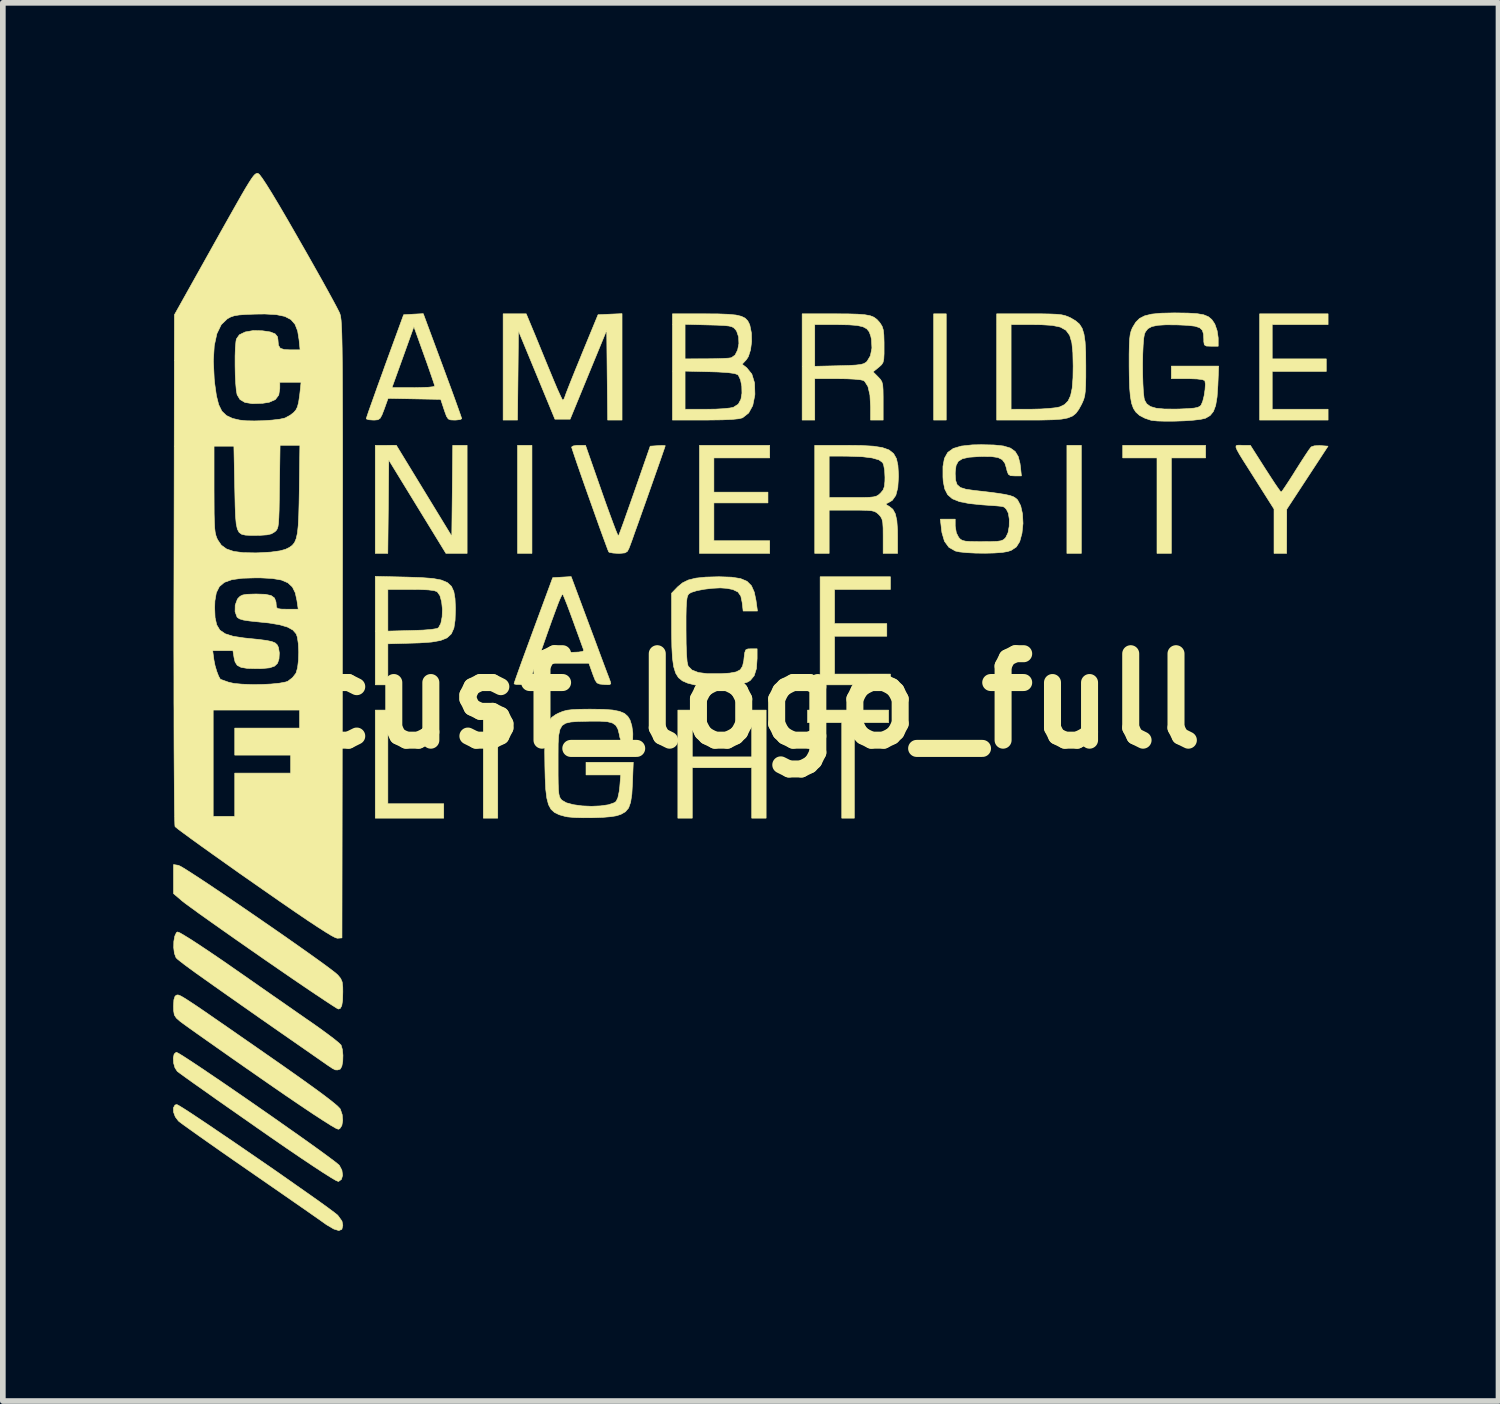
<source format=kicad_pcb>
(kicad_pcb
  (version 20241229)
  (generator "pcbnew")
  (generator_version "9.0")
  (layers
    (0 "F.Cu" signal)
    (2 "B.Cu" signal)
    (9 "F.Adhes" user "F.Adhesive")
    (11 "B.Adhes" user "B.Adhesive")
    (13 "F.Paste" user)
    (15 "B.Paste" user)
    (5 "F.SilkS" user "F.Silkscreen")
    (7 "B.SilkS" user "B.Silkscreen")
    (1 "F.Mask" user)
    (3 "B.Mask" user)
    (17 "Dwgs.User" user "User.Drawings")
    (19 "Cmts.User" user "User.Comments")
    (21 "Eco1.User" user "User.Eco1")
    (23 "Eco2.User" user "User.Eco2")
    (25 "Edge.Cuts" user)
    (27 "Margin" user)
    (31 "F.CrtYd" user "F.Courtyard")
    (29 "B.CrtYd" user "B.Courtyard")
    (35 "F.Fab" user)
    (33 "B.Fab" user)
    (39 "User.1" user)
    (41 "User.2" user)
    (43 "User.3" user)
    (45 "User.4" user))
  (footprint "cusf_logo_full"
    (layer "F.Cu")
    (at 10.169 9.308)
    (property "Reference" "cusf_logo_full" (at 0 0 0) (layer "F.SilkS") (effects (font (size 1.524 1.524) (thickness 0.3))))
    (attr through_hole)
    (fp_poly (pts (xy -4.445 2.064) (xy -4.699 2.064) (xy -4.699 0.159) (xy -4.445 0.159) (xy -4.445 2.064)) (stroke (width 0.01) (type solid)) (fill yes) (layer "F.SilkS"))
    (fp_poly (pts (xy -3.842 -2.603) (xy -4.096 -2.603) (xy -4.096 -4.508) (xy -3.842 -4.508) (xy -3.842 -2.603)) (stroke (width 0.01) (type solid)) (fill yes) (layer "F.SilkS"))
    (fp_poly (pts (xy 3.461 -4.953) (xy 3.239 -4.953) (xy 3.239 -6.826) (xy 3.461 -6.826) (xy 3.461 -4.953)) (stroke (width 0.01) (type solid)) (fill yes) (layer "F.SilkS"))
    (fp_poly (pts (xy 5.842 -2.603) (xy 5.588 -2.603) (xy 5.588 -4.508) (xy 5.842 -4.508) (xy 5.842 -2.603)) (stroke (width 0.01) (type solid)) (fill yes) (layer "F.SilkS"))
    (fp_poly (pts (xy -6.382 1.81) (xy -5.397 1.81) (xy -5.397 2.064) (xy -6.604 2.064) (xy -6.604 0.159) (xy -6.382 0.159) (xy -6.382 1.81)) (stroke (width 0.01) (type solid)) (fill yes) (layer "F.SilkS"))
    (fp_poly (pts (xy 2.445 0.381) (xy 1.841 0.381) (xy 1.841 2.064) (xy 1.619 2.064) (xy 1.619 0.381) (xy 1.016 0.381) (xy 1.016 0.159) (xy 2.445 0.159) (xy 2.445 0.381)) (stroke (width 0.01) (type solid)) (fill yes) (layer "F.SilkS"))
    (fp_poly (pts (xy 8.033 -4.286) (xy 7.429 -4.286) (xy 7.429 -2.603) (xy 7.176 -2.603) (xy 7.176 -4.286) (xy 6.572 -4.286) (xy 6.572 -4.508) (xy 8.033 -4.508) (xy 8.033 -4.286)) (stroke (width 0.01) (type solid)) (fill yes) (layer "F.SilkS"))
    (fp_poly (pts (xy -1.016 0.984) (xy 0.032 0.984) (xy 0.032 0.159) (xy 0.286 0.159) (xy 0.286 2.064) (xy 0.032 2.064) (xy 0.032 1.175) (xy -1.016 1.175) (xy -1.016 2.064) (xy -1.27 2.064) (xy -1.27 0.159) (xy -1.016 0.159) (xy -1.016 0.984)) (stroke (width 0.01) (type solid)) (fill yes) (layer "F.SilkS"))
    (fp_poly (pts (xy 0.349 -4.286) (xy -0.635 -4.286) (xy -0.635 -3.683) (xy 0.318 -3.683) (xy 0.318 -3.493) (xy -0.635 -3.493) (xy -0.635 -2.826) (xy 0.349 -2.826) (xy 0.349 -2.603) (xy -0.889 -2.603) (xy -0.889 -4.508) (xy 0.349 -4.508) (xy 0.349 -4.286)) (stroke (width 0.01) (type solid)) (fill yes) (layer "F.SilkS"))
    (fp_poly (pts (xy 2.477 -1.968) (xy 1.492 -1.968) (xy 1.492 -1.365) (xy 2.413 -1.365) (xy 2.413 -1.143) (xy 1.492 -1.143) (xy 1.492 -0.476) (xy 2.477 -0.476) (xy 2.477 -0.286) (xy 1.238 -0.286) (xy 1.238 -2.191) (xy 2.477 -2.191) (xy 2.477 -1.968)) (stroke (width 0.01) (type solid)) (fill yes) (layer "F.SilkS"))
    (fp_poly (pts (xy 10.192 -6.636) (xy 9.207 -6.636) (xy 9.207 -6.032) (xy 10.16 -6.032) (xy 10.16 -5.81) (xy 9.207 -5.81) (xy 9.207 -5.144) (xy 10.192 -5.144) (xy 10.192 -4.953) (xy 8.985 -4.953) (xy 8.985 -6.826) (xy 10.192 -6.826) (xy 10.192 -6.636)) (stroke (width 0.01) (type solid)) (fill yes) (layer "F.SilkS"))
    (fp_poly (pts (xy -5.744 -3.707) (xy -5.255 -2.905) (xy -5.246 -3.707) (xy -5.238 -4.508) (xy -4.985 -4.508) (xy -4.985 -2.603) (xy -5.358 -2.603) (xy -5.862 -3.426) (xy -6.366 -4.249) (xy -6.374 -3.426) (xy -6.383 -2.603) (xy -6.604 -2.603) (xy -6.604 -4.508) (xy -6.418 -4.508) (xy -6.233 -4.509) (xy -5.744 -3.707)) (stroke (width 0.01) (type solid)) (fill yes) (layer "F.SilkS"))
    (fp_poly (pts (xy -2.254 -4.953) (xy -2.507 -4.953) (xy -2.516 -5.745) (xy -2.524 -6.538) (xy -2.847 -5.753) (xy -3.169 -4.969) (xy -3.437 -4.969) (xy -3.758 -5.747) (xy -4.08 -6.525) (xy -4.088 -5.739) (xy -4.097 -4.953) (xy -4.35 -4.953) (xy -4.35 -6.826) (xy -3.943 -6.826) (xy -3.834 -6.564) (xy -3.783 -6.442) (xy -3.716 -6.278) (xy -3.639 -6.09) (xy -3.56 -5.897) (xy -3.521 -5.803) (xy -3.453 -5.639) (xy -3.393 -5.497) (xy -3.343 -5.388) (xy -3.31 -5.32) (xy -3.298 -5.303) (xy -3.275 -5.329) (xy -3.258 -5.374) (xy -3.241 -5.423) (xy -3.203 -5.521) (xy -3.148 -5.66) (xy -3.08 -5.829) (xy -3.002 -6.019) (xy -2.958 -6.128) (xy -2.677 -6.81) (xy -2.465 -6.82) (xy -2.254 -6.829) (xy -2.254 -4.953)) (stroke (width 0.01) (type solid)) (fill yes) (layer "F.SilkS"))
    (fp_poly (pts (xy 8.675 -4.509) (xy 8.68 -4.508) (xy 8.822 -4.508) (xy 9.084 -4.096) (xy 9.176 -3.954) (xy 9.255 -3.833) (xy 9.318 -3.742) (xy 9.356 -3.691) (xy 9.364 -3.684) (xy 9.387 -3.709) (xy 9.435 -3.779) (xy 9.505 -3.885) (xy 9.588 -4.015) (xy 9.62 -4.067) (xy 9.709 -4.207) (xy 9.788 -4.329) (xy 9.85 -4.422) (xy 9.889 -4.474) (xy 9.896 -4.481) (xy 9.949 -4.499) (xy 10.036 -4.504) (xy 10.062 -4.503) (xy 10.191 -4.493) (xy 9.827 -3.937) (xy 9.463 -3.381) (xy 9.462 -2.992) (xy 9.461 -2.603) (xy 9.239 -2.603) (xy 9.239 -3.385) (xy 8.919 -3.891) (xy 8.793 -4.09) (xy 8.697 -4.241) (xy 8.629 -4.351) (xy 8.587 -4.427) (xy 8.568 -4.474) (xy 8.57 -4.499) (xy 8.59 -4.509) (xy 8.626 -4.51) (xy 8.675 -4.509)) (stroke (width 0.01) (type solid)) (fill yes) (layer "F.SilkS"))
    (fp_poly (pts (xy -6.04 -2.185) (xy -5.786 -2.176) (xy -5.587 -2.161) (xy -5.439 -2.133) (xy -5.332 -2.088) (xy -5.261 -2.022) (xy -5.219 -1.93) (xy -5.198 -1.806) (xy -5.191 -1.647) (xy -5.191 -1.603) (xy -5.197 -1.424) (xy -5.218 -1.286) (xy -5.263 -1.185) (xy -5.339 -1.114) (xy -5.453 -1.068) (xy -5.613 -1.04) (xy -5.826 -1.025) (xy -5.929 -1.022) (xy -6.382 -1.009) (xy -6.382 -0.286) (xy -6.604 -0.286) (xy -6.604 -1.968) (xy -6.382 -1.968) (xy -6.382 -1.233) (xy -5.955 -1.244) (xy -5.759 -1.251) (xy -5.613 -1.263) (xy -5.52 -1.278) (xy -5.49 -1.291) (xy -5.448 -1.369) (xy -5.425 -1.485) (xy -5.42 -1.618) (xy -5.434 -1.75) (xy -5.464 -1.859) (xy -5.512 -1.927) (xy -5.567 -1.947) (xy -5.67 -1.96) (xy -5.828 -1.967) (xy -5.975 -1.968) (xy -6.382 -1.968) (xy -6.604 -1.968) (xy -6.604 -2.198) (xy -6.04 -2.185)) (stroke (width 0.01) (type solid)) (fill yes) (layer "F.SilkS"))
    (fp_poly (pts (xy -10.073 6.209) (xy -9.991 6.259) (xy -9.868 6.339) (xy -9.712 6.442) (xy -9.527 6.567) (xy -9.32 6.707) (xy -9.097 6.86) (xy -8.863 7.021) (xy -8.624 7.187) (xy -8.387 7.352) (xy -8.157 7.514) (xy -7.939 7.667) (xy -7.741 7.808) (xy -7.567 7.933) (xy -7.424 8.038) (xy -7.317 8.118) (xy -7.253 8.17) (xy -7.237 8.185) (xy -7.192 8.271) (xy -7.18 8.36) (xy -7.2 8.431) (xy -7.249 8.467) (xy -7.255 8.468) (xy -7.295 8.452) (xy -7.384 8.4) (xy -7.519 8.315) (xy -7.696 8.199) (xy -7.913 8.054) (xy -8.166 7.882) (xy -8.453 7.684) (xy -8.673 7.531) (xy -8.936 7.347) (xy -9.185 7.173) (xy -9.414 7.013) (xy -9.618 6.868) (xy -9.793 6.745) (xy -9.933 6.645) (xy -10.032 6.573) (xy -10.087 6.533) (xy -10.094 6.527) (xy -10.135 6.464) (xy -10.159 6.38) (xy -10.164 6.292) (xy -10.149 6.223) (xy -10.114 6.192) (xy -10.11 6.191) (xy -10.073 6.209)) (stroke (width 0.01) (type solid)) (fill yes) (layer "F.SilkS"))
    (fp_poly (pts (xy -10.073 2.896) (xy -10.031 2.916) (xy -9.943 2.969) (xy -9.815 3.051) (xy -9.654 3.156) (xy -9.465 3.282) (xy -9.255 3.423) (xy -9.03 3.576) (xy -8.795 3.737) (xy -8.557 3.901) (xy -8.321 4.064) (xy -8.095 4.222) (xy -7.883 4.371) (xy -7.693 4.506) (xy -7.529 4.624) (xy -7.399 4.72) (xy -7.307 4.791) (xy -7.263 4.83) (xy -7.214 4.89) (xy -7.187 4.953) (xy -7.177 5.042) (xy -7.176 5.126) (xy -7.18 5.276) (xy -7.195 5.371) (xy -7.222 5.419) (xy -7.253 5.429) (xy -7.286 5.412) (xy -7.366 5.361) (xy -7.488 5.281) (xy -7.646 5.176) (xy -7.836 5.048) (xy -8.052 4.901) (xy -8.289 4.738) (xy -8.542 4.564) (xy -8.575 4.541) (xy -8.835 4.36) (xy -9.083 4.187) (xy -9.315 4.024) (xy -9.523 3.877) (xy -9.702 3.75) (xy -9.846 3.645) (xy -9.95 3.569) (xy -10.008 3.524) (xy -10.009 3.523) (xy -10.16 3.394) (xy -10.16 2.882) (xy -10.073 2.896)) (stroke (width 0.01) (type solid)) (fill yes) (layer "F.SilkS"))
    (fp_poly (pts (xy -10.067 7.13) (xy -9.985 7.18) (xy -9.864 7.258) (xy -9.709 7.361) (xy -9.525 7.484) (xy -9.319 7.624) (xy -9.096 7.775) (xy -8.863 7.935) (xy -8.626 8.098) (xy -8.389 8.261) (xy -8.16 8.421) (xy -7.945 8.572) (xy -7.748 8.71) (xy -7.576 8.832) (xy -7.435 8.934) (xy -7.332 9.011) (xy -7.27 9.06) (xy -7.264 9.066) (xy -7.191 9.167) (xy -7.176 9.242) (xy -7.193 9.312) (xy -7.246 9.334) (xy -7.336 9.306) (xy -7.465 9.23) (xy -7.51 9.198) (xy -7.577 9.15) (xy -7.689 9.072) (xy -7.84 8.966) (xy -8.025 8.838) (xy -8.235 8.692) (xy -8.465 8.533) (xy -8.708 8.365) (xy -8.842 8.272) (xy -9.085 8.104) (xy -9.315 7.944) (xy -9.524 7.797) (xy -9.709 7.667) (xy -9.862 7.558) (xy -9.978 7.475) (xy -10.052 7.42) (xy -10.073 7.403) (xy -10.129 7.329) (xy -10.16 7.245) (xy -10.162 7.17) (xy -10.134 7.121) (xy -10.102 7.112) (xy -10.067 7.13)) (stroke (width 0.01) (type solid)) (fill yes) (layer "F.SilkS"))
    (fp_poly (pts (xy -10.067 5.184) (xy -10.038 5.196) (xy -9.996 5.219) (xy -9.937 5.255) (xy -9.856 5.308) (xy -9.749 5.379) (xy -9.612 5.472) (xy -9.442 5.59) (xy -9.233 5.734) (xy -8.983 5.908) (xy -8.686 6.114) (xy -8.534 6.22) (xy -8.201 6.452) (xy -7.919 6.651) (xy -7.688 6.817) (xy -7.504 6.952) (xy -7.368 7.057) (xy -7.276 7.133) (xy -7.228 7.182) (xy -7.221 7.191) (xy -7.187 7.29) (xy -7.178 7.393) (xy -7.193 7.482) (xy -7.23 7.538) (xy -7.255 7.548) (xy -7.296 7.532) (xy -7.386 7.48) (xy -7.522 7.394) (xy -7.702 7.277) (xy -7.923 7.129) (xy -8.182 6.953) (xy -8.476 6.75) (xy -8.62 6.65) (xy -8.88 6.469) (xy -9.128 6.296) (xy -9.357 6.135) (xy -9.563 5.99) (xy -9.739 5.866) (xy -9.881 5.765) (xy -9.982 5.692) (xy -10.038 5.651) (xy -10.041 5.649) (xy -10.11 5.588) (xy -10.146 5.533) (xy -10.158 5.459) (xy -10.16 5.379) (xy -10.154 5.266) (xy -10.134 5.205) (xy -10.112 5.186) (xy -10.099 5.182) (xy -10.085 5.18) (xy -10.067 5.184)) (stroke (width 0.01) (type solid)) (fill yes) (layer "F.SilkS"))
    (fp_poly (pts (xy -10.05 4.085) (xy -9.966 4.134) (xy -9.84 4.212) (xy -9.681 4.316) (xy -9.493 4.442) (xy -9.281 4.586) (xy -9.153 4.675) (xy -8.913 4.842) (xy -8.664 5.016) (xy -8.416 5.189) (xy -8.181 5.352) (xy -7.972 5.498) (xy -7.799 5.618) (xy -7.755 5.648) (xy -7.594 5.761) (xy -7.45 5.866) (xy -7.332 5.955) (xy -7.249 6.023) (xy -7.209 6.062) (xy -7.207 6.064) (xy -7.184 6.141) (xy -7.174 6.243) (xy -7.177 6.348) (xy -7.193 6.436) (xy -7.22 6.486) (xy -7.226 6.489) (xy -7.27 6.503) (xy -7.308 6.501) (xy -7.36 6.475) (xy -7.442 6.42) (xy -7.461 6.407) (xy -7.903 6.099) (xy -8.296 5.826) (xy -8.642 5.585) (xy -8.943 5.374) (xy -9.203 5.192) (xy -9.424 5.036) (xy -9.609 4.905) (xy -9.761 4.797) (xy -9.882 4.709) (xy -9.975 4.64) (xy -10.042 4.588) (xy -10.087 4.552) (xy -10.112 4.528) (xy -10.117 4.521) (xy -10.145 4.446) (xy -10.157 4.346) (xy -10.155 4.238) (xy -10.138 4.144) (xy -10.11 4.083) (xy -10.09 4.07) (xy -10.05 4.085)) (stroke (width 0.01) (type solid)) (fill yes) (layer "F.SilkS"))
    (fp_poly (pts (xy -5.419 -5.915) (xy -5.335 -5.687) (xy -5.258 -5.479) (xy -5.192 -5.297) (xy -5.139 -5.149) (xy -5.101 -5.042) (xy -5.082 -4.985) (xy -5.08 -4.977) (xy -5.108 -4.962) (xy -5.178 -4.954) (xy -5.204 -4.953) (xy -5.274 -4.956) (xy -5.317 -4.973) (xy -5.348 -5.019) (xy -5.381 -5.109) (xy -5.39 -5.136) (xy -5.45 -5.318) (xy -6.378 -5.336) (xy -6.447 -5.144) (xy -6.487 -5.041) (xy -6.519 -4.984) (xy -6.557 -4.959) (xy -6.615 -4.953) (xy -6.64 -4.953) (xy -6.718 -4.959) (xy -6.76 -4.973) (xy -6.763 -4.978) (xy -6.752 -5.013) (xy -6.723 -5.1) (xy -6.676 -5.232) (xy -6.616 -5.4) (xy -6.572 -5.524) (xy -6.31 -5.524) (xy -5.933 -5.524) (xy -5.787 -5.527) (xy -5.667 -5.532) (xy -5.586 -5.541) (xy -5.556 -5.551) (xy -5.556 -5.551) (xy -5.566 -5.589) (xy -5.595 -5.676) (xy -5.638 -5.801) (xy -5.692 -5.956) (xy -5.74 -6.089) (xy -5.923 -6.6) (xy -6.116 -6.062) (xy -6.31 -5.524) (xy -6.572 -5.524) (xy -6.545 -5.599) (xy -6.465 -5.819) (xy -6.434 -5.907) (xy -6.104 -6.81) (xy -5.931 -6.82) (xy -5.758 -6.829) (xy -5.419 -5.915)) (stroke (width 0.01) (type solid)) (fill yes) (layer "F.SilkS"))
    (fp_poly (pts (xy -2.616 -3.702) (xy -2.541 -3.489) (xy -2.472 -3.299) (xy -2.413 -3.139) (xy -2.366 -3.015) (xy -2.333 -2.936) (xy -2.319 -2.91) (xy -2.318 -2.91) (xy -2.304 -2.943) (xy -2.272 -3.028) (xy -2.225 -3.156) (xy -2.167 -3.321) (xy -2.099 -3.513) (xy -2.03 -3.709) (xy -1.757 -4.493) (xy -1.625 -4.502) (xy -1.543 -4.506) (xy -1.497 -4.503) (xy -1.492 -4.501) (xy -1.502 -4.469) (xy -1.531 -4.386) (xy -1.574 -4.261) (xy -1.629 -4.104) (xy -1.693 -3.922) (xy -1.762 -3.726) (xy -1.833 -3.524) (xy -1.904 -3.325) (xy -1.97 -3.138) (xy -2.03 -2.972) (xy -2.078 -2.835) (xy -2.114 -2.738) (xy -2.132 -2.691) (xy -2.16 -2.638) (xy -2.203 -2.612) (xy -2.281 -2.604) (xy -2.32 -2.603) (xy -2.412 -2.609) (xy -2.476 -2.621) (xy -2.489 -2.63) (xy -2.505 -2.668) (xy -2.538 -2.757) (xy -2.586 -2.887) (xy -2.645 -3.049) (xy -2.711 -3.234) (xy -2.782 -3.434) (xy -2.855 -3.639) (xy -2.926 -3.84) (xy -2.992 -4.029) (xy -3.05 -4.196) (xy -3.096 -4.332) (xy -3.128 -4.428) (xy -3.143 -4.475) (xy -3.143 -4.478) (xy -3.115 -4.497) (xy -3.045 -4.508) (xy -3.021 -4.508) (xy -2.898 -4.508) (xy -2.616 -3.702)) (stroke (width 0.01) (type solid)) (fill yes) (layer "F.SilkS"))
    (fp_poly (pts (xy 5.139 -6.826) (xy 5.295 -6.823) (xy 5.409 -6.818) (xy 5.492 -6.809) (xy 5.555 -6.795) (xy 5.609 -6.775) (xy 5.653 -6.755) (xy 5.741 -6.703) (xy 5.809 -6.645) (xy 5.857 -6.569) (xy 5.889 -6.467) (xy 5.909 -6.33) (xy 5.919 -6.149) (xy 5.921 -5.914) (xy 5.921 -5.905) (xy 5.921 -5.709) (xy 5.918 -5.565) (xy 5.912 -5.46) (xy 5.902 -5.382) (xy 5.885 -5.319) (xy 5.86 -5.26) (xy 5.842 -5.223) (xy 5.795 -5.138) (xy 5.746 -5.072) (xy 5.686 -5.024) (xy 5.604 -4.991) (xy 5.494 -4.97) (xy 5.345 -4.959) (xy 5.149 -4.954) (xy 4.945 -4.953) (xy 4.35 -4.953) (xy 4.35 -5.144) (xy 4.604 -5.144) (xy 4.977 -5.145) (xy 5.136 -5.149) (xy 5.283 -5.159) (xy 5.399 -5.172) (xy 5.461 -5.185) (xy 5.546 -5.226) (xy 5.609 -5.29) (xy 5.653 -5.384) (xy 5.681 -5.516) (xy 5.695 -5.696) (xy 5.698 -5.905) (xy 5.693 -6.139) (xy 5.675 -6.317) (xy 5.637 -6.447) (xy 5.572 -6.536) (xy 5.473 -6.592) (xy 5.331 -6.622) (xy 5.14 -6.634) (xy 4.993 -6.636) (xy 4.604 -6.636) (xy 4.604 -5.144) (xy 4.35 -5.144) (xy 4.35 -6.826) (xy 4.93 -6.826) (xy 5.139 -6.826)) (stroke (width 0.01) (type solid)) (fill yes) (layer "F.SilkS"))
    (fp_poly (pts (xy 1.965 -4.505) (xy 2.176 -4.493) (xy 2.336 -4.468) (xy 2.453 -4.426) (xy 2.533 -4.362) (xy 2.583 -4.274) (xy 2.609 -4.156) (xy 2.618 -4.006) (xy 2.619 -3.951) (xy 2.607 -3.762) (xy 2.572 -3.626) (xy 2.51 -3.538) (xy 2.441 -3.497) (xy 2.4 -3.478) (xy 2.409 -3.458) (xy 2.457 -3.431) (xy 2.52 -3.38) (xy 2.563 -3.301) (xy 2.59 -3.183) (xy 2.602 -3.017) (xy 2.603 -2.9) (xy 2.603 -2.603) (xy 2.349 -2.603) (xy 2.349 -2.907) (xy 2.348 -3.05) (xy 2.342 -3.145) (xy 2.328 -3.207) (xy 2.304 -3.252) (xy 2.272 -3.288) (xy 2.236 -3.32) (xy 2.197 -3.342) (xy 2.143 -3.355) (xy 2.06 -3.362) (xy 1.937 -3.365) (xy 1.795 -3.365) (xy 1.397 -3.365) (xy 1.397 -2.603) (xy 1.143 -2.603) (xy 1.143 -3.588) (xy 1.397 -3.588) (xy 1.811 -3.588) (xy 1.981 -3.588) (xy 2.1 -3.591) (xy 2.179 -3.599) (xy 2.232 -3.613) (xy 2.269 -3.635) (xy 2.303 -3.666) (xy 2.348 -3.72) (xy 2.371 -3.783) (xy 2.38 -3.877) (xy 2.381 -3.945) (xy 2.375 -4.068) (xy 2.357 -4.164) (xy 2.34 -4.204) (xy 2.274 -4.252) (xy 2.154 -4.286) (xy 1.977 -4.308) (xy 1.741 -4.316) (xy 1.707 -4.317) (xy 1.397 -4.318) (xy 1.397 -3.588) (xy 1.143 -3.588) (xy 1.143 -4.508) (xy 1.698 -4.508) (xy 1.965 -4.505)) (stroke (width 0.01) (type solid)) (fill yes) (layer "F.SilkS"))
    (fp_poly (pts (xy -2.816 -1.295) (xy -2.731 -1.068) (xy -2.653 -0.857) (xy -2.584 -0.672) (xy -2.527 -0.52) (xy -2.485 -0.41) (xy -2.462 -0.348) (xy -2.459 -0.339) (xy -2.452 -0.304) (xy -2.478 -0.289) (xy -2.551 -0.29) (xy -2.572 -0.292) (xy -2.648 -0.3) (xy -2.695 -0.32) (xy -2.728 -0.368) (xy -2.763 -0.457) (xy -2.773 -0.484) (xy -2.838 -0.667) (xy -3.773 -0.667) (xy -3.834 -0.484) (xy -3.869 -0.383) (xy -3.9 -0.328) (xy -3.942 -0.303) (xy -4.009 -0.293) (xy -4.027 -0.292) (xy -4.108 -0.291) (xy -4.153 -0.301) (xy -4.157 -0.308) (xy -4.146 -0.343) (xy -4.116 -0.43) (xy -4.069 -0.562) (xy -4.008 -0.731) (xy -3.947 -0.897) (xy -3.676 -0.897) (xy -3.667 -0.879) (xy -3.62 -0.868) (xy -3.528 -0.861) (xy -3.384 -0.858) (xy -3.302 -0.857) (xy -3.132 -0.859) (xy -3.019 -0.864) (xy -2.953 -0.874) (xy -2.929 -0.888) (xy -2.929 -0.897) (xy -2.945 -0.939) (xy -2.978 -1.03) (xy -3.024 -1.158) (xy -3.08 -1.311) (xy -3.111 -1.397) (xy -3.17 -1.558) (xy -3.222 -1.697) (xy -3.265 -1.804) (xy -3.292 -1.869) (xy -3.299 -1.881) (xy -3.312 -1.872) (xy -3.337 -1.824) (xy -3.375 -1.734) (xy -3.426 -1.598) (xy -3.494 -1.413) (xy -3.579 -1.174) (xy -3.676 -0.897) (xy -3.947 -0.897) (xy -3.935 -0.93) (xy -3.854 -1.151) (xy -3.816 -1.254) (xy -3.476 -2.175) (xy -3.151 -2.194) (xy -2.816 -1.295)) (stroke (width 0.01) (type solid)) (fill yes) (layer "F.SilkS"))
    (fp_poly (pts (xy 1.5 -6.826) (xy 1.726 -6.825) (xy 1.898 -6.82) (xy 2.026 -6.81) (xy 2.119 -6.793) (xy 2.186 -6.766) (xy 2.238 -6.728) (xy 2.284 -6.677) (xy 2.299 -6.657) (xy 2.331 -6.605) (xy 2.351 -6.542) (xy 2.361 -6.454) (xy 2.365 -6.323) (xy 2.365 -6.264) (xy 2.365 -6.123) (xy 2.36 -6.03) (xy 2.347 -5.971) (xy 2.323 -5.931) (xy 2.283 -5.894) (xy 2.268 -5.882) (xy 2.171 -5.803) (xy 2.26 -5.714) (xy 2.3 -5.671) (xy 2.326 -5.629) (xy 2.341 -5.573) (xy 2.347 -5.489) (xy 2.349 -5.362) (xy 2.349 -5.289) (xy 2.349 -4.953) (xy 2.127 -4.953) (xy 2.127 -5.186) (xy 2.116 -5.394) (xy 2.081 -5.544) (xy 2.024 -5.635) (xy 1.999 -5.652) (xy 1.946 -5.664) (xy 1.844 -5.674) (xy 1.707 -5.681) (xy 1.55 -5.683) (xy 1.542 -5.683) (xy 1.143 -5.683) (xy 1.143 -4.953) (xy 0.921 -4.953) (xy 0.921 -6.636) (xy 1.143 -6.636) (xy 1.143 -5.901) (xy 1.571 -5.911) (xy 1.746 -5.916) (xy 1.87 -5.923) (xy 1.953 -5.933) (xy 2.008 -5.948) (xy 2.045 -5.97) (xy 2.065 -5.988) (xy 2.124 -6.087) (xy 2.151 -6.223) (xy 2.143 -6.375) (xy 2.13 -6.435) (xy 2.103 -6.509) (xy 2.06 -6.562) (xy 1.993 -6.598) (xy 1.892 -6.621) (xy 1.748 -6.632) (xy 1.551 -6.636) (xy 1.519 -6.636) (xy 1.143 -6.636) (xy 0.921 -6.636) (xy 0.921 -6.826) (xy 1.5 -6.826)) (stroke (width 0.01) (type solid)) (fill yes) (layer "F.SilkS"))
    (fp_poly (pts (xy -0.569 -6.825) (xy -0.385 -6.818) (xy -0.248 -6.805) (xy -0.15 -6.782) (xy -0.083 -6.749) (xy -0.038 -6.702) (xy -0.007 -6.641) (xy 0.000022 -6.62) (xy 0.027 -6.485) (xy 0.03 -6.335) (xy 0.011 -6.19) (xy -0.027 -6.072) (xy -0.062 -6.018) (xy -0.137 -5.938) (xy -0.055 -5.874) (xy 0.034 -5.764) (xy 0.082 -5.608) (xy 0.088 -5.41) (xy 0.086 -5.388) (xy 0.05 -5.209) (xy -0.022 -5.078) (xy -0.13 -4.993) (xy -0.193 -4.977) (xy -0.311 -4.965) (xy -0.486 -4.957) (xy -0.72 -4.954) (xy -0.786 -4.953) (xy -1.365 -4.953) (xy -1.365 -5.144) (xy -1.143 -5.144) (xy -0.767 -5.144) (xy -0.608 -5.146) (xy -0.464 -5.154) (xy -0.352 -5.166) (xy -0.292 -5.178) (xy -0.205 -5.233) (xy -0.158 -5.32) (xy -0.14 -5.427) (xy -0.143 -5.548) (xy -0.165 -5.661) (xy -0.202 -5.74) (xy -0.215 -5.754) (xy -0.271 -5.774) (xy -0.388 -5.79) (xy -0.565 -5.801) (xy -0.703 -5.805) (xy -1.143 -5.816) (xy -1.143 -5.144) (xy -1.365 -5.144) (xy -1.365 -6.032) (xy -1.143 -6.032) (xy -0.77 -6.033) (xy -0.616 -6.035) (xy -0.48 -6.039) (xy -0.378 -6.045) (xy -0.327 -6.052) (xy -0.261 -6.1) (xy -0.216 -6.189) (xy -0.194 -6.301) (xy -0.199 -6.418) (xy -0.233 -6.519) (xy -0.251 -6.545) (xy -0.28 -6.576) (xy -0.315 -6.597) (xy -0.368 -6.611) (xy -0.45 -6.62) (xy -0.575 -6.626) (xy -0.727 -6.63) (xy -1.143 -6.641) (xy -1.143 -6.032) (xy -1.365 -6.032) (xy -1.365 -6.826) (xy -0.809 -6.826) (xy -0.569 -6.825)) (stroke (width 0.01) (type solid)) (fill yes) (layer "F.SilkS"))
    (fp_poly (pts (xy -0.324 -2.184) (xy -0.165 -2.159) (xy -0.051 -2.111) (xy 0.027 -2.033) (xy 0.077 -1.92) (xy 0.109 -1.765) (xy 0.11 -1.754) (xy 0.133 -1.587) (xy -0.119 -1.587) (xy -0.136 -1.736) (xy -0.16 -1.85) (xy -0.21 -1.922) (xy -0.3 -1.966) (xy -0.405 -1.987) (xy -0.522 -1.995) (xy -0.662 -1.988) (xy -0.805 -1.971) (xy -0.936 -1.946) (xy -1.034 -1.915) (xy -1.076 -1.89) (xy -1.094 -1.863) (xy -1.108 -1.819) (xy -1.117 -1.748) (xy -1.123 -1.642) (xy -1.126 -1.492) (xy -1.126 -1.288) (xy -1.126 -1.261) (xy -1.124 -1.012) (xy -1.117 -0.825) (xy -1.107 -0.696) (xy -1.091 -0.623) (xy -1.087 -0.614) (xy -1.021 -0.547) (xy -0.908 -0.503) (xy -0.745 -0.482) (xy -0.527 -0.482) (xy -0.52 -0.482) (xy -0.355 -0.493) (xy -0.242 -0.514) (xy -0.17 -0.552) (xy -0.13 -0.614) (xy -0.108 -0.709) (xy -0.103 -0.76) (xy -0.091 -0.854) (xy -0.073 -0.902) (xy -0.036 -0.919) (xy 0.02 -0.921) (xy 0.127 -0.921) (xy 0.127 -0.751) (xy 0.115 -0.573) (xy 0.075 -0.446) (xy 0.005 -0.362) (xy -0.053 -0.329) (xy -0.141 -0.306) (xy -0.275 -0.288) (xy -0.436 -0.275) (xy -0.608 -0.268) (xy -0.772 -0.268) (xy -0.91 -0.276) (xy -0.98 -0.286) (xy -1.097 -0.316) (xy -1.189 -0.356) (xy -1.259 -0.412) (xy -1.309 -0.493) (xy -1.344 -0.606) (xy -1.365 -0.758) (xy -1.376 -0.958) (xy -1.38 -1.211) (xy -1.38 -1.276) (xy -1.381 -1.901) (xy -1.273 -2.013) (xy -1.189 -2.083) (xy -1.086 -2.134) (xy -0.953 -2.167) (xy -0.78 -2.185) (xy -0.557 -2.191) (xy -0.537 -2.191) (xy -0.324 -2.184)) (stroke (width 0.01) (type solid)) (fill yes) (layer "F.SilkS"))
    (fp_poly (pts (xy -2.588 0.146) (xy -2.42 0.158) (xy -2.298 0.182) (xy -2.211 0.218) (xy -2.152 0.271) (xy -2.114 0.332) (xy -2.082 0.433) (xy -2.065 0.553) (xy -2.064 0.584) (xy -2.066 0.673) (xy -2.081 0.716) (xy -2.122 0.729) (xy -2.17 0.73) (xy -2.234 0.726) (xy -2.27 0.702) (xy -2.292 0.642) (xy -2.304 0.58) (xy -2.327 0.492) (xy -2.363 0.429) (xy -2.421 0.388) (xy -2.51 0.364) (xy -2.642 0.355) (xy -2.826 0.355) (xy -2.865 0.356) (xy -3.03 0.36) (xy -3.156 0.369) (xy -3.247 0.39) (xy -3.31 0.431) (xy -3.349 0.5) (xy -3.371 0.605) (xy -3.38 0.753) (xy -3.381 0.952) (xy -3.381 1.095) (xy -3.381 1.303) (xy -3.379 1.456) (xy -3.375 1.565) (xy -3.367 1.639) (xy -3.355 1.688) (xy -3.338 1.721) (xy -3.314 1.748) (xy -3.314 1.748) (xy -3.234 1.794) (xy -3.11 1.827) (xy -2.957 1.848) (xy -2.793 1.855) (xy -2.633 1.848) (xy -2.494 1.828) (xy -2.392 1.793) (xy -2.36 1.771) (xy -2.328 1.707) (xy -2.304 1.595) (xy -2.294 1.512) (xy -2.277 1.302) (xy -2.889 1.302) (xy -2.889 1.079) (xy -2.056 1.079) (xy -2.07 1.445) (xy -2.081 1.641) (xy -2.103 1.784) (xy -2.138 1.884) (xy -2.194 1.951) (xy -2.273 1.996) (xy -2.352 2.022) (xy -2.451 2.038) (xy -2.594 2.05) (xy -2.761 2.056) (xy -2.932 2.057) (xy -3.089 2.053) (xy -3.211 2.042) (xy -3.254 2.034) (xy -3.361 2.004) (xy -3.444 1.964) (xy -3.506 1.907) (xy -3.55 1.826) (xy -3.58 1.711) (xy -3.599 1.556) (xy -3.609 1.352) (xy -3.614 1.146) (xy -3.617 0.893) (xy -3.613 0.694) (xy -3.601 0.543) (xy -3.578 0.43) (xy -3.542 0.347) (xy -3.491 0.286) (xy -3.423 0.238) (xy -3.369 0.211) (xy -3.298 0.182) (xy -3.224 0.162) (xy -3.131 0.151) (xy -3.005 0.145) (xy -2.832 0.143) (xy -2.81 0.143) (xy -2.588 0.146)) (stroke (width 0.01) (type solid)) (fill yes) (layer "F.SilkS"))
    (fp_poly (pts (xy 7.722 -6.839) (xy 7.882 -6.829) (xy 7.999 -6.809) (xy 8.082 -6.775) (xy 8.142 -6.725) (xy 8.189 -6.656) (xy 8.199 -6.636) (xy 8.236 -6.528) (xy 8.254 -6.408) (xy 8.255 -6.39) (xy 8.255 -6.255) (xy 8.128 -6.255) (xy 8.047 -6.258) (xy 8.011 -6.279) (xy 8.001 -6.336) (xy 8.001 -6.376) (xy 7.996 -6.47) (xy 7.975 -6.537) (xy 7.928 -6.581) (xy 7.846 -6.608) (xy 7.719 -6.623) (xy 7.541 -6.631) (xy 7.338 -6.633) (xy 7.19 -6.624) (xy 7.085 -6.602) (xy 7.016 -6.564) (xy 6.972 -6.508) (xy 6.955 -6.469) (xy 6.942 -6.395) (xy 6.932 -6.273) (xy 6.925 -6.117) (xy 6.922 -5.941) (xy 6.923 -5.762) (xy 6.928 -5.592) (xy 6.936 -5.448) (xy 6.948 -5.344) (xy 6.956 -5.307) (xy 6.994 -5.24) (xy 7.06 -5.192) (xy 7.162 -5.162) (xy 7.308 -5.148) (xy 7.506 -5.147) (xy 7.568 -5.148) (xy 7.725 -5.155) (xy 7.831 -5.164) (xy 7.897 -5.178) (xy 7.937 -5.199) (xy 7.954 -5.218) (xy 7.982 -5.283) (xy 8.007 -5.382) (xy 8.023 -5.49) (xy 8.029 -5.587) (xy 8.02 -5.647) (xy 8.018 -5.649) (xy 7.977 -5.666) (xy 7.884 -5.678) (xy 7.751 -5.683) (xy 7.713 -5.683) (xy 7.429 -5.683) (xy 7.429 -5.905) (xy 8.263 -5.905) (xy 8.249 -5.564) (xy 8.235 -5.36) (xy 8.21 -5.21) (xy 8.17 -5.104) (xy 8.112 -5.033) (xy 8.033 -4.987) (xy 8.026 -4.984) (xy 7.945 -4.966) (xy 7.817 -4.951) (xy 7.66 -4.94) (xy 7.491 -4.934) (xy 7.326 -4.933) (xy 7.183 -4.937) (xy 7.079 -4.948) (xy 7.07 -4.95) (xy 6.965 -4.985) (xy 6.87 -5.034) (xy 6.864 -5.039) (xy 6.805 -5.092) (xy 6.761 -5.158) (xy 6.729 -5.247) (xy 6.707 -5.367) (xy 6.693 -5.528) (xy 6.687 -5.737) (xy 6.685 -5.905) (xy 6.685 -6.111) (xy 6.688 -6.264) (xy 6.693 -6.376) (xy 6.703 -6.457) (xy 6.718 -6.519) (xy 6.739 -6.572) (xy 6.747 -6.588) (xy 6.802 -6.678) (xy 6.869 -6.745) (xy 6.96 -6.791) (xy 7.083 -6.821) (xy 7.247 -6.837) (xy 7.464 -6.842) (xy 7.509 -6.842) (xy 7.722 -6.839)) (stroke (width 0.01) (type solid)) (fill yes) (layer "F.SilkS"))
    (fp_poly (pts (xy 4.303 -4.514) (xy 4.471 -4.496) (xy 4.593 -4.459) (xy 4.677 -4.398) (xy 4.73 -4.31) (xy 4.761 -4.19) (xy 4.77 -4.12) (xy 4.786 -3.969) (xy 4.669 -3.969) (xy 4.595 -3.973) (xy 4.556 -3.998) (xy 4.532 -4.061) (xy 4.523 -4.103) (xy 4.494 -4.194) (xy 4.447 -4.256) (xy 4.373 -4.293) (xy 4.259 -4.31) (xy 4.097 -4.312) (xy 4.036 -4.31) (xy 3.864 -4.298) (xy 3.747 -4.272) (xy 3.673 -4.226) (xy 3.634 -4.152) (xy 3.62 -4.044) (xy 3.619 -4.003) (xy 3.626 -3.891) (xy 3.652 -3.815) (xy 3.709 -3.765) (xy 3.807 -3.734) (xy 3.958 -3.712) (xy 3.971 -3.711) (xy 4.197 -3.685) (xy 4.368 -3.663) (xy 4.494 -3.643) (xy 4.584 -3.623) (xy 4.646 -3.601) (xy 4.688 -3.574) (xy 4.719 -3.545) (xy 4.773 -3.443) (xy 4.805 -3.3) (xy 4.814 -3.132) (xy 4.796 -2.959) (xy 4.795 -2.955) (xy 4.756 -2.811) (xy 4.697 -2.717) (xy 4.607 -2.657) (xy 4.543 -2.636) (xy 4.448 -2.62) (xy 4.31 -2.61) (xy 4.148 -2.606) (xy 3.98 -2.608) (xy 3.823 -2.616) (xy 3.696 -2.629) (xy 3.622 -2.645) (xy 3.508 -2.71) (xy 3.43 -2.816) (xy 3.385 -2.969) (xy 3.378 -3.024) (xy 3.357 -3.207) (xy 3.619 -3.207) (xy 3.619 -3.083) (xy 3.639 -2.965) (xy 3.68 -2.885) (xy 3.711 -2.852) (xy 3.747 -2.831) (xy 3.803 -2.818) (xy 3.89 -2.812) (xy 4.023 -2.81) (xy 4.096 -2.81) (xy 4.251 -2.811) (xy 4.357 -2.815) (xy 4.424 -2.825) (xy 4.467 -2.842) (xy 4.499 -2.87) (xy 4.511 -2.885) (xy 4.55 -2.967) (xy 4.571 -3.081) (xy 4.573 -3.203) (xy 4.556 -3.311) (xy 4.522 -3.379) (xy 4.502 -3.401) (xy 4.486 -3.416) (xy 4.462 -3.427) (xy 4.42 -3.434) (xy 4.348 -3.441) (xy 4.234 -3.449) (xy 4.092 -3.459) (xy 3.865 -3.482) (xy 3.693 -3.516) (xy 3.569 -3.566) (xy 3.486 -3.638) (xy 3.435 -3.738) (xy 3.408 -3.871) (xy 3.403 -3.949) (xy 3.403 -4.136) (xy 3.429 -4.278) (xy 3.487 -4.382) (xy 3.585 -4.453) (xy 3.727 -4.495) (xy 3.92 -4.516) (xy 4.08 -4.519) (xy 4.303 -4.514)) (stroke (width 0.01) (type solid)) (fill yes) (layer "F.SilkS"))
    (fp_poly (pts (xy -8.646 -9.282) (xy -8.597 -9.217) (xy -8.524 -9.107) (xy -8.426 -8.95) (xy -8.302 -8.743) (xy -8.151 -8.485) (xy -7.971 -8.172) (xy -7.953 -8.14) (xy -7.808 -7.887) (xy -7.672 -7.646) (xy -7.547 -7.424) (xy -7.438 -7.227) (xy -7.348 -7.062) (xy -7.281 -6.937) (xy -7.24 -6.856) (xy -7.231 -6.837) (xy -7.224 -6.816) (xy -7.217 -6.79) (xy -7.212 -6.756) (xy -7.206 -6.711) (xy -7.202 -6.651) (xy -7.198 -6.575) (xy -7.194 -6.479) (xy -7.191 -6.36) (xy -7.188 -6.216) (xy -7.186 -6.043) (xy -7.184 -5.839) (xy -7.183 -5.601) (xy -7.182 -5.327) (xy -7.181 -5.012) (xy -7.18 -4.655) (xy -7.18 -4.252) (xy -7.18 -3.8) (xy -7.181 -3.298) (xy -7.181 -2.741) (xy -7.182 -2.127) (xy -7.183 -1.454) (xy -7.183 -1.26) (xy -7.191 4.175) (xy -7.271 4.181) (xy -7.306 4.171) (xy -7.374 4.136) (xy -7.475 4.075) (xy -7.614 3.986) (xy -7.793 3.868) (xy -8.014 3.718) (xy -8.28 3.535) (xy -8.593 3.317) (xy -8.729 3.222) (xy -8.993 3.038) (xy -9.241 2.862) (xy -9.468 2.701) (xy -9.671 2.556) (xy -9.843 2.432) (xy -9.979 2.332) (xy -10.076 2.26) (xy -10.127 2.218) (xy -10.134 2.211) (xy -10.137 2.174) (xy -10.14 2.077) (xy -10.143 1.925) (xy -10.145 1.719) (xy -10.147 1.464) (xy -10.149 1.164) (xy -10.151 0.823) (xy -10.152 0.443) (xy -10.152 0.159) (xy -9.461 0.159) (xy -9.461 2.032) (xy -9.081 2.032) (xy -9.081 1.27) (xy -8.096 1.27) (xy -8.096 0.953) (xy -9.081 0.953) (xy -9.081 0.476) (xy -7.938 0.476) (xy -7.938 0.159) (xy -9.461 0.159) (xy -10.152 0.159) (xy -10.153 0.029) (xy -10.153 -0.416) (xy -10.154 -0.889) (xy -10.154 -0.889) (xy -9.47 -0.889) (xy -9.448 -0.725) (xy -9.429 -0.628) (xy -9.399 -0.526) (xy -9.366 -0.44) (xy -9.337 -0.388) (xy -9.326 -0.381) (xy -9.295 -0.37) (xy -9.225 -0.345) (xy -9.192 -0.333) (xy -9.096 -0.311) (xy -8.957 -0.298) (xy -8.791 -0.291) (xy -8.615 -0.292) (xy -8.443 -0.3) (xy -8.294 -0.315) (xy -8.183 -0.336) (xy -8.144 -0.35) (xy -8.061 -0.414) (xy -8.001 -0.492) (xy -7.974 -0.585) (xy -7.958 -0.716) (xy -7.953 -0.865) (xy -7.96 -1.01) (xy -7.978 -1.129) (xy -7.998 -1.185) (xy -8.055 -1.251) (xy -8.15 -1.304) (xy -8.29 -1.345) (xy -8.482 -1.377) (xy -8.651 -1.394) (xy -8.815 -1.411) (xy -8.927 -1.428) (xy -8.997 -1.449) (xy -9.035 -1.475) (xy -9.04 -1.48) (xy -9.075 -1.576) (xy -9.073 -1.69) (xy -9.035 -1.794) (xy -9.022 -1.812) (xy -8.985 -1.848) (xy -8.939 -1.87) (xy -8.866 -1.882) (xy -8.75 -1.886) (xy -8.702 -1.887) (xy -8.544 -1.882) (xy -8.44 -1.86) (xy -8.38 -1.816) (xy -8.354 -1.746) (xy -8.35 -1.693) (xy -8.345 -1.652) (xy -8.321 -1.63) (xy -8.263 -1.621) (xy -8.156 -1.619) (xy -7.962 -1.619) (xy -7.984 -1.77) (xy -8.014 -1.908) (xy -8.065 -2.011) (xy -8.145 -2.085) (xy -8.26 -2.134) (xy -8.42 -2.161) (xy -8.632 -2.172) (xy -8.715 -2.172) (xy -8.951 -2.165) (xy -9.131 -2.14) (xy -9.263 -2.093) (xy -9.352 -2.018) (xy -9.406 -1.91) (xy -9.431 -1.765) (xy -9.435 -1.645) (xy -9.428 -1.472) (xy -9.399 -1.343) (xy -9.343 -1.25) (xy -9.249 -1.186) (xy -9.111 -1.142) (xy -8.92 -1.113) (xy -8.845 -1.105) (xy -8.656 -1.086) (xy -8.52 -1.068) (xy -8.428 -1.049) (xy -8.369 -1.025) (xy -8.334 -0.993) (xy -8.313 -0.951) (xy -8.31 -0.942) (xy -8.295 -0.848) (xy -8.301 -0.744) (xy -8.301 -0.743) (xy -8.327 -0.666) (xy -8.379 -0.616) (xy -8.466 -0.586) (xy -8.599 -0.573) (xy -8.7 -0.572) (xy -8.86 -0.576) (xy -8.969 -0.594) (xy -9.037 -0.63) (xy -9.075 -0.689) (xy -9.092 -0.76) (xy -9.113 -0.889) (xy -9.47 -0.889) (xy -10.154 -0.889) (xy -10.154 -1.385) (xy -10.153 -1.901) (xy -10.152 -2.323) (xy -10.148 -4.493) (xy -9.446 -4.493) (xy -9.446 -3.731) (xy -9.445 -3.488) (xy -9.444 -3.3) (xy -9.44 -3.158) (xy -9.435 -3.053) (xy -9.426 -2.976) (xy -9.413 -2.919) (xy -9.396 -2.872) (xy -9.382 -2.842) (xy -9.318 -2.748) (xy -9.226 -2.681) (xy -9.1 -2.638) (xy -8.93 -2.616) (xy -8.709 -2.612) (xy -8.652 -2.614) (xy -8.444 -2.626) (xy -8.284 -2.648) (xy -8.186 -2.675) (xy -8.12 -2.707) (xy -8.068 -2.744) (xy -8.027 -2.794) (xy -7.998 -2.863) (xy -7.976 -2.961) (xy -7.962 -3.093) (xy -7.953 -3.268) (xy -7.947 -3.493) (xy -7.943 -3.723) (xy -7.933 -4.508) (xy -8.282 -4.508) (xy -8.293 -3.775) (xy -8.296 -3.541) (xy -8.299 -3.363) (xy -8.304 -3.231) (xy -8.31 -3.138) (xy -8.319 -3.075) (xy -8.332 -3.035) (xy -8.349 -3.008) (xy -8.371 -2.987) (xy -8.378 -2.982) (xy -8.434 -2.948) (xy -8.511 -2.93) (xy -8.626 -2.922) (xy -8.697 -2.921) (xy -8.807 -2.921) (xy -8.893 -2.925) (xy -8.958 -2.94) (xy -9.004 -2.973) (xy -9.035 -3.032) (xy -9.055 -3.124) (xy -9.067 -3.256) (xy -9.074 -3.435) (xy -9.079 -3.667) (xy -9.081 -3.752) (xy -9.096 -4.493) (xy -9.446 -4.493) (xy -10.148 -4.493) (xy -10.146 -5.999) (xy -9.458 -5.999) (xy -9.443 -5.683) (xy -9.434 -5.594) (xy -9.404 -5.382) (xy -9.364 -5.224) (xy -9.308 -5.11) (xy -9.228 -5.033) (xy -9.119 -4.982) (xy -8.995 -4.953) (xy -8.883 -4.941) (xy -8.737 -4.938) (xy -8.576 -4.942) (xy -8.419 -4.953) (xy -8.285 -4.969) (xy -8.196 -4.989) (xy -8.194 -4.99) (xy -8.108 -5.036) (xy -8.041 -5.087) (xy -8.003 -5.131) (xy -7.976 -5.185) (xy -7.955 -5.266) (xy -7.937 -5.388) (xy -7.926 -5.485) (xy -7.912 -5.62) (xy -8.287 -5.62) (xy -8.287 -5.512) (xy -8.305 -5.395) (xy -8.365 -5.315) (xy -8.474 -5.267) (xy -8.589 -5.249) (xy -8.771 -5.243) (xy -8.901 -5.264) (xy -8.988 -5.315) (xy -9.039 -5.399) (xy -9.039 -5.399) (xy -9.053 -5.474) (xy -9.064 -5.597) (xy -9.072 -5.749) (xy -9.075 -5.916) (xy -9.075 -6.081) (xy -9.07 -6.227) (xy -9.06 -6.338) (xy -9.052 -6.382) (xy -9 -6.456) (xy -8.898 -6.506) (xy -8.755 -6.531) (xy -8.592 -6.527) (xy -8.453 -6.506) (xy -8.369 -6.473) (xy -8.327 -6.421) (xy -8.319 -6.365) (xy -8.311 -6.272) (xy -8.278 -6.219) (xy -8.207 -6.196) (xy -8.104 -6.191) (xy -7.929 -6.191) (xy -7.947 -6.367) (xy -7.972 -6.523) (xy -8.018 -6.641) (xy -8.091 -6.725) (xy -8.199 -6.781) (xy -8.349 -6.812) (xy -8.549 -6.823) (xy -8.715 -6.821) (xy -8.884 -6.815) (xy -9.004 -6.806) (xy -9.089 -6.792) (xy -9.154 -6.77) (xy -9.212 -6.738) (xy -9.319 -6.635) (xy -9.396 -6.476) (xy -9.442 -6.264) (xy -9.458 -5.999) (xy -10.146 -5.999) (xy -10.144 -6.81) (xy -9.496 -7.969) (xy -9.325 -8.275) (xy -9.181 -8.531) (xy -9.063 -8.74) (xy -8.968 -8.907) (xy -8.892 -9.038) (xy -8.832 -9.136) (xy -8.787 -9.206) (xy -8.752 -9.254) (xy -8.726 -9.282) (xy -8.705 -9.297) (xy -8.686 -9.302) (xy -8.673 -9.303) (xy -8.646 -9.282)) (stroke (width 0.01) (type solid)) (fill yes) (layer "F.SilkS")))
  (gr_rect
    (start -3 -3)
    (end 23.365 21.647)
    (stroke (width 0.1) (type default))
    (fill no)
    (layer "Edge.Cuts")))
</source>
